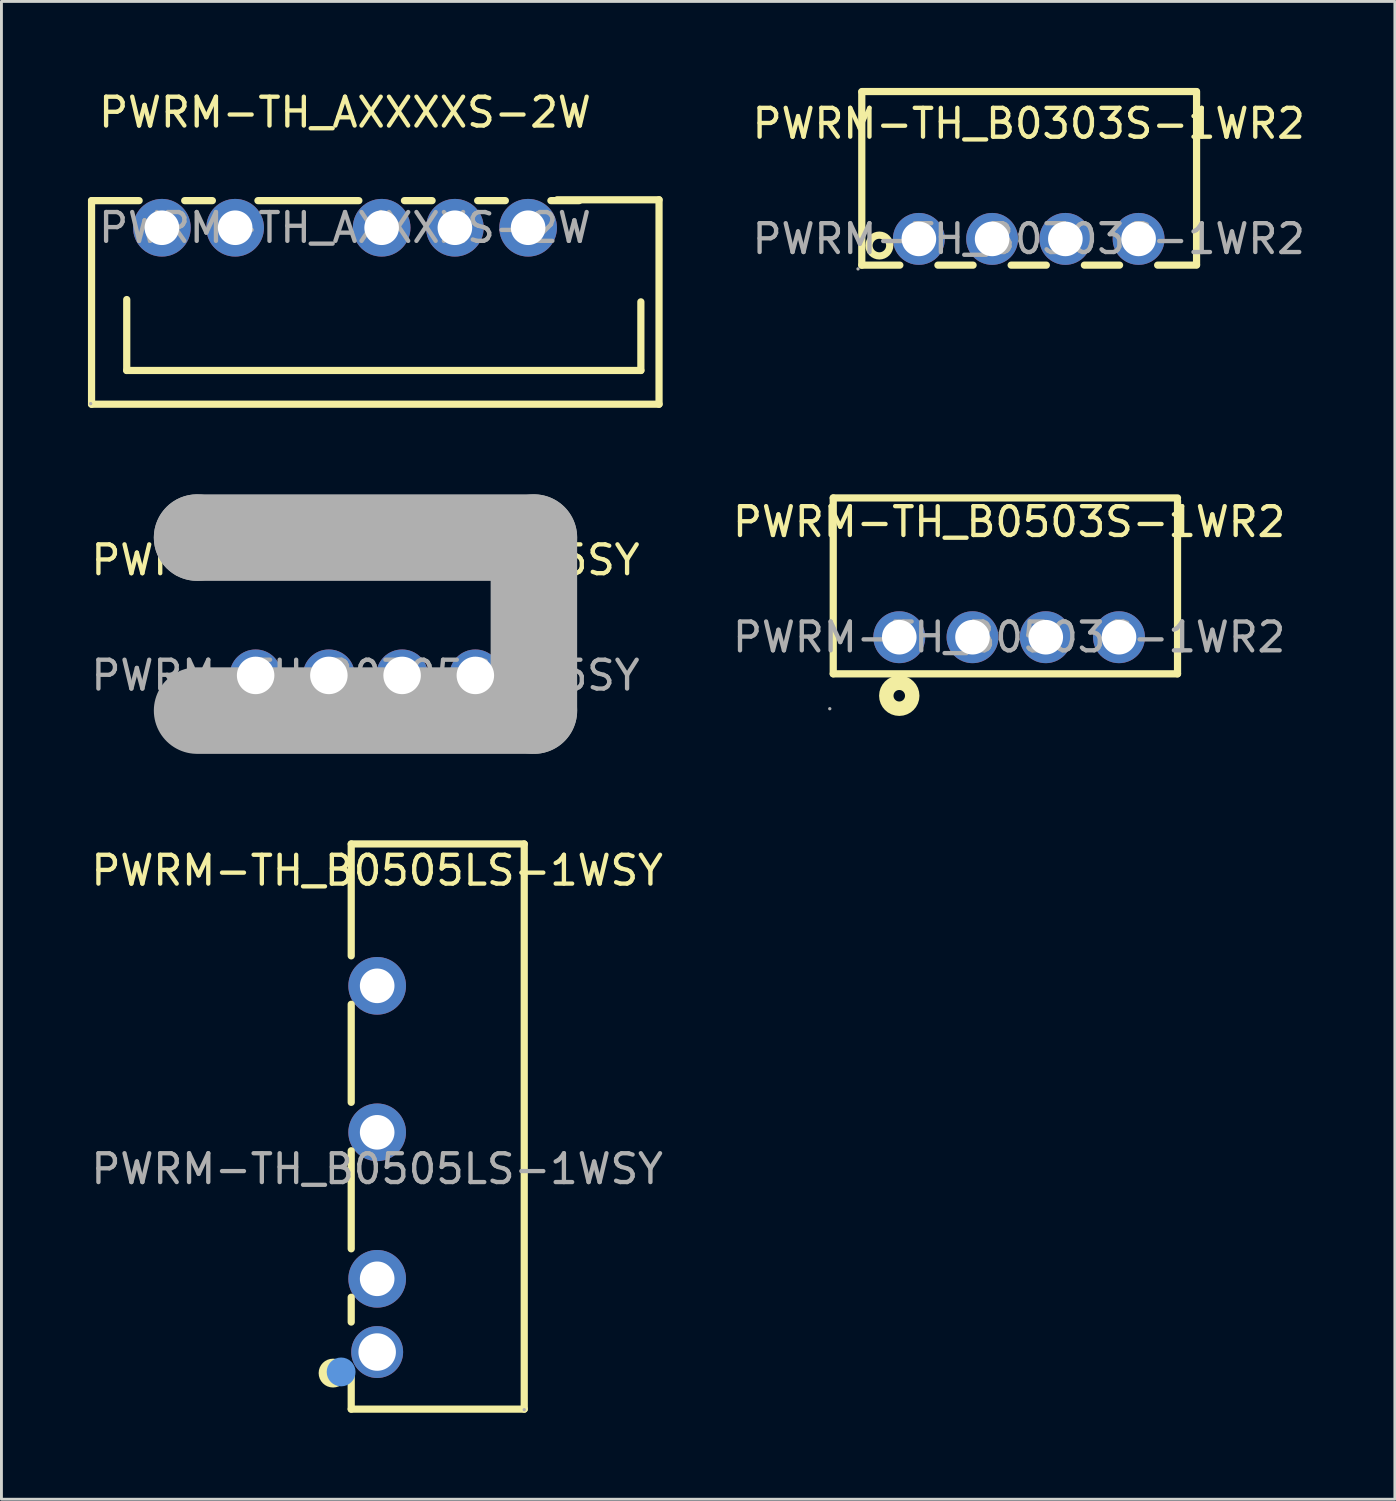
<source format=kicad_pcb>
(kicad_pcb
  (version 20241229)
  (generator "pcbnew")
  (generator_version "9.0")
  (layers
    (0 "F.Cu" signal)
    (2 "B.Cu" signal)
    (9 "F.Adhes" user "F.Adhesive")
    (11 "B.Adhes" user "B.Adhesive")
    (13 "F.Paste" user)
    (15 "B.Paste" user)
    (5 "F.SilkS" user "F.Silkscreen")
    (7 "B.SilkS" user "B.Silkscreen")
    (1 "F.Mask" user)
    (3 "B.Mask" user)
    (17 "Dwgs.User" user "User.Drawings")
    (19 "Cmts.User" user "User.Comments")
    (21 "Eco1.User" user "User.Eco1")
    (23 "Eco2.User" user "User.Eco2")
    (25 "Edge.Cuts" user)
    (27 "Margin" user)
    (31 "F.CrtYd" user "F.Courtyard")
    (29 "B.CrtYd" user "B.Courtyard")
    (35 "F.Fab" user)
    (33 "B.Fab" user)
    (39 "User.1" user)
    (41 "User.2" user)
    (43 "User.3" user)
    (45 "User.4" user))
  (footprint "PWRM-TH_B0305S-W5SY"
    (layer "F.Cu")
    (at 9.625 20.373)
    (property "Reference" "PWRM-TH_B0305S-W5SY" (at 0 -4 0) (layer "F.SilkS") (effects (font (size 1 1) (thickness 0.15))))
    (attr through_hole)
    (fp_line (start -5.84 -4.78) (end -5.84 -4.78) (stroke (width 3) (type solid)) (layer "F.Fab"))
    (fp_line (start -5.84 -4.78) (end 5.84 -4.78) (stroke (width 3) (type solid)) (layer "F.Fab"))
    (fp_line (start 5.84 -4.78) (end 5.84 1.22) (stroke (width 3) (type solid)) (layer "F.Fab"))
    (fp_line (start 5.84 1.22) (end -5.84 1.22) (stroke (width 3) (type solid)) (layer "F.Fab"))
    (fp_circle (center -5.97 1.35) (end -5.94 1.35) (stroke (width 0.06) (type solid)) (fill no) (layer "F.Fab"))
    (fp_circle (center -3.81 0) (end -3.53 0) (stroke (width 0.55) (type solid)) (fill no) (layer "F.Fab"))
    (fp_circle (center -1.27 0) (end -0.99 0) (stroke (width 0.55) (type solid)) (fill no) (layer "F.Fab"))
    (fp_circle (center 1.27 0) (end 1.55 0) (stroke (width 0.55) (type solid)) (fill no) (layer "F.Fab"))
    (fp_circle (center 3.81 0) (end 4.09 0) (stroke (width 0.55) (type solid)) (fill no) (layer "F.Fab"))
    (fp_text user "${REFERENCE}" (at 0 0 0) (layer "F.Fab") (effects (font (size 1 1) (thickness 0.15))))
    (pad "1" thru_hole circle (at -3.81 0) (size 1.8 1.8) (drill 1.3) (layers "*.Cu" "*.Paste" "*.Mask"))
    (pad "2" thru_hole circle (at -1.27 0) (size 1.8 1.8) (drill 1.3) (layers "*.Cu" "*.Paste" "*.Mask"))
    (pad "3" thru_hole circle (at 1.27 0) (size 1.8 1.8) (drill 1.3) (layers "*.Cu" "*.Paste" "*.Mask"))
    (pad "4" thru_hole circle (at 3.81 0) (size 1.8 1.8) (drill 1.3) (layers "*.Cu" "*.Paste" "*.Mask")))
  (footprint "PWRM-TH_B0503S-1WR2"
    (layer "F.Cu")
    (at 31.946 19.048)
    (property "Reference" "PWRM-TH_B0503S-1WR2" (at 0 -4 0) (layer "F.SilkS") (effects (font (size 1 1) (thickness 0.15))))
    (attr through_hole)
    (fp_line (start -6.1 -4.83) (end 5.84 -4.83) (stroke (width 0.25) (type solid)) (layer "F.SilkS"))
    (fp_line (start -6.1 1.27) (end -6.1 -4.83) (stroke (width 0.25) (type solid)) (layer "F.SilkS"))
    (fp_line (start -6.1 1.27) (end 5.84 1.27) (stroke (width 0.25) (type solid)) (layer "F.SilkS"))
    (fp_line (start 5.84 -4.73) (end 5.84 1.27) (stroke (width 0.25) (type solid)) (layer "F.SilkS"))
    (fp_circle (center -3.81 2.03) (end -3.61 2.03) (stroke (width 0.5) (type solid)) (fill no) (layer "F.SilkS"))
    (fp_circle (center -6.22 2.48) (end -6.19 2.48) (stroke (width 0.06) (type solid)) (fill no) (layer "F.Fab"))
    (fp_circle (center -3.81 0) (end -3.56 0) (stroke (width 0.5) (type solid)) (fill no) (layer "F.Fab"))
    (fp_circle (center -1.27 0) (end -1.02 0) (stroke (width 0.5) (type solid)) (fill no) (layer "F.Fab"))
    (fp_circle (center 1.27 0) (end 1.52 0) (stroke (width 0.5) (type solid)) (fill no) (layer "F.Fab"))
    (fp_circle (center 3.81 0) (end 4.06 0) (stroke (width 0.5) (type solid)) (fill no) (layer "F.Fab"))
    (fp_text user "${REFERENCE}" (at 0 0 0) (layer "F.Fab") (effects (font (size 1 1) (thickness 0.15))))
    (pad "1" thru_hole circle (at -3.81 0) (size 1.8 1.8) (drill 1.2) (layers "*.Cu" "*.Paste" "*.Mask"))
    (pad "2" thru_hole circle (at -1.27 0) (size 1.8 1.8) (drill 1.2) (layers "*.Cu" "*.Paste" "*.Mask"))
    (pad "3" thru_hole circle (at 1.27 0) (size 1.8 1.8) (drill 1.2) (layers "*.Cu" "*.Paste" "*.Mask"))
    (pad "4" thru_hole circle (at 3.81 0) (size 1.8 1.8) (drill 1.2) (layers "*.Cu" "*.Paste" "*.Mask")))
  (footprint "PWRM-TH_AXXXXS-2W"
    (layer "F.Cu")
    (at 8.915 4.848)
    (property "Reference" "PWRM-TH_AXXXXS-2W" (at 0 -4 0) (layer "F.SilkS") (effects (font (size 1 1) (thickness 0.15))))
    (attr through_hole)
    (fp_line (start -8.79 -0.94) (end -7.14 -0.94) (stroke (width 0.25) (type solid)) (layer "F.SilkS"))
    (fp_line (start -8.79 6.12) (end -8.79 -0.94) (stroke (width 0.25) (type solid)) (layer "F.SilkS"))
    (fp_line (start -7.57 2.49) (end -7.57 4.95) (stroke (width 0.25) (type solid)) (layer "F.SilkS"))
    (fp_line (start -7.57 4.95) (end 10.26 4.95) (stroke (width 0.25) (type solid)) (layer "F.SilkS"))
    (fp_line (start -5.56 -0.94) (end -4.6 -0.94) (stroke (width 0.25) (type solid)) (layer "F.SilkS"))
    (fp_line (start -3.02 -0.94) (end 0.48 -0.94) (stroke (width 0.25) (type solid)) (layer "F.SilkS"))
    (fp_line (start 2.06 -0.94) (end 3.02 -0.94) (stroke (width 0.25) (type solid)) (layer "F.SilkS"))
    (fp_line (start 4.6 -0.94) (end 5.56 -0.94) (stroke (width 0.25) (type solid)) (layer "F.SilkS"))
    (fp_line (start 7.14 -0.94) (end 8.12 -0.94) (stroke (width 0.25) (type solid)) (layer "F.SilkS"))
    (fp_line (start 7.36 -0.97) (end 10.89 -0.97) (stroke (width 0.25) (type solid)) (layer "F.SilkS"))
    (fp_line (start 10.26 4.95) (end 10.26 2.57) (stroke (width 0.25) (type solid)) (layer "F.SilkS"))
    (fp_line (start 10.89 -0.97) (end 10.89 6.12) (stroke (width 0.25) (type solid)) (layer "F.SilkS"))
    (fp_line (start 10.89 6.12) (end -8.79 6.12) (stroke (width 0.25) (type solid)) (layer "F.SilkS"))
    (fp_circle (center -8.82 6.1) (end -8.79 6.1) (stroke (width 0.06) (type solid)) (fill no) (layer "F.Fab"))
    (fp_circle (center -6.35 0) (end -6.1 0) (stroke (width 0.5) (type solid)) (fill no) (layer "F.Fab"))
    (fp_circle (center -3.81 0) (end -3.56 0) (stroke (width 0.5) (type solid)) (fill no) (layer "F.Fab"))
    (fp_circle (center 1.27 0) (end 1.52 0) (stroke (width 0.5) (type solid)) (fill no) (layer "F.Fab"))
    (fp_circle (center 3.81 0) (end 4.06 0) (stroke (width 0.5) (type solid)) (fill no) (layer "F.Fab"))
    (fp_circle (center 6.35 0) (end 6.6 0) (stroke (width 0.5) (type solid)) (fill no) (layer "F.Fab"))
    (fp_text user "${REFERENCE}" (at 0 0 0) (layer "F.Fab") (effects (font (size 1 1) (thickness 0.15))))
    (pad "1" thru_hole circle (at -6.35 0) (size 2 2) (drill 1.2) (layers "*.Cu" "*.Paste" "*.Mask"))
    (pad "2" thru_hole circle (at -3.81 0) (size 2 2) (drill 1.2) (layers "*.Cu" "*.Paste" "*.Mask"))
    (pad "4" thru_hole circle (at 1.27 0) (size 2 2) (drill 1.2) (layers "*.Cu" "*.Paste" "*.Mask"))
    (pad "5" thru_hole circle (at 3.81 0) (size 2 2) (drill 1.2) (layers "*.Cu" "*.Paste" "*.Mask"))
    (pad "6" thru_hole circle (at 6.35 0) (size 2 2) (drill 1.2) (layers "*.Cu" "*.Paste" "*.Mask")))
  (footprint "PWRM-TH_B0505LS-1WSY"
    (layer "F.Cu")
    (at 10.03 37.488)
    (property "Reference" "PWRM-TH_B0505LS-1WSY" (at 0 -10.35 0) (layer "F.SilkS") (effects (font (size 1 1) (thickness 0.15))))
    (attr through_hole)
    (fp_line (start -0.9 -11.27) (end 5.1 -11.27) (stroke (width 0.25) (type solid)) (layer "F.SilkS"))
    (fp_line (start -0.9 -7.39) (end -0.9 -11.27) (stroke (width 0.25) (type solid)) (layer "F.SilkS"))
    (fp_line (start -0.9 -2.31) (end -0.9 -5.71) (stroke (width 0.25) (type solid)) (layer "F.SilkS"))
    (fp_line (start -0.9 2.77) (end -0.9 -0.63) (stroke (width 0.25) (type solid)) (layer "F.SilkS"))
    (fp_line (start -0.9 5.31) (end -0.9 4.45) (stroke (width 0.25) (type solid)) (layer "F.SilkS"))
    (fp_line (start -0.9 8.33) (end -0.9 6.99) (stroke (width 0.25) (type solid)) (layer "F.SilkS"))
    (fp_line (start -0.9 8.33) (end 5.1 8.33) (stroke (width 0.25) (type solid)) (layer "F.SilkS"))
    (fp_line (start 5.1 8.33) (end 5.1 -11.27) (stroke (width 0.25) (type solid)) (layer "F.SilkS"))
    (fp_circle (center -1.53 7.08) (end -1.28 7.08) (stroke (width 0.5) (type solid)) (fill no) (layer "F.SilkS"))
    (fp_circle (center -1.25 7.04) (end -1 7.04) (stroke (width 0.5) (type solid)) (fill no) (layer "Cmts.User"))
    (fp_circle (center 0 -6.35) (end 0.25 -6.35) (stroke (width 0.5) (type solid)) (fill no) (layer "F.Fab"))
    (fp_circle (center 0 -1.27) (end 0.25 -1.27) (stroke (width 0.5) (type solid)) (fill no) (layer "F.Fab"))
    (fp_circle (center 0 3.81) (end 0.25 3.81) (stroke (width 0.5) (type solid)) (fill no) (layer "F.Fab"))
    (fp_circle (center 0 6.35) (end 0.25 6.35) (stroke (width 0.5) (type solid)) (fill no) (layer "F.Fab"))
    (fp_circle (center 5.1 8.35) (end 5.13 8.35) (stroke (width 0.06) (type solid)) (fill no) (layer "F.Fab"))
    (fp_text user "${REFERENCE}" (at 0 0 0) (layer "F.Fab") (effects (font (size 1 1) (thickness 0.15))))
    (pad "1" thru_hole circle (at 0 6.35 90) (size 1.8 1.8) (drill 1.3) (layers "*.Cu" "*.Paste" "*.Mask"))
    (pad "2" thru_hole circle (at 0 3.81 90) (size 2 2) (drill 1.2) (layers "*.Cu" "*.Paste" "*.Mask"))
    (pad "4" thru_hole circle (at 0 -1.27 90) (size 2 2) (drill 1.2) (layers "*.Cu" "*.Paste" "*.Mask"))
    (pad "6" thru_hole circle (at 0 -6.35 90) (size 2 2) (drill 1.2) (layers "*.Cu" "*.Paste" "*.Mask")))
  (footprint "PWRM-TH_B0303S-1WR2"
    (layer "F.Cu")
    (at 32.626 5.235)
    (property "Reference" "PWRM-TH_B0303S-1WR2" (at 0 -4 0) (layer "F.SilkS") (effects (font (size 1 1) (thickness 0.15))))
    (attr through_hole)
    (fp_line (start -5.79 -5.11) (end 5.81 -5.11) (stroke (width 0.25) (type solid)) (layer "F.SilkS"))
    (fp_line (start -5.79 -5.09) (end -5.79 0.91) (stroke (width 0.25) (type solid)) (layer "F.SilkS"))
    (fp_line (start -5.79 0.91) (end -4.47 0.91) (stroke (width 0.25) (type solid)) (layer "F.SilkS"))
    (fp_line (start -3.15 0.91) (end -1.93 0.91) (stroke (width 0.25) (type solid)) (layer "F.SilkS"))
    (fp_line (start -0.61 0.91) (end 0.61 0.91) (stroke (width 0.25) (type solid)) (layer "F.SilkS"))
    (fp_line (start 1.93 0.91) (end 3.15 0.91) (stroke (width 0.25) (type solid)) (layer "F.SilkS"))
    (fp_line (start 4.47 0.91) (end 5.82 0.91) (stroke (width 0.25) (type solid)) (layer "F.SilkS"))
    (fp_line (start 5.82 -5.11) (end 5.82 0.89) (stroke (width 0.25) (type solid)) (layer "F.SilkS"))
    (fp_circle (center -5.18 0.23) (end -4.82 0.23) (stroke (width 0.25) (type solid)) (fill no) (layer "F.SilkS"))
    (fp_circle (center -5.92 1.04) (end -5.89 1.04) (stroke (width 0.06) (type solid)) (fill no) (layer "F.Fab"))
    (fp_circle (center -3.81 0) (end -3.56 0) (stroke (width 0.5) (type solid)) (fill no) (layer "F.Fab"))
    (fp_circle (center -1.27 0) (end -1.02 0) (stroke (width 0.5) (type solid)) (fill no) (layer "F.Fab"))
    (fp_circle (center 1.27 0) (end 1.52 0) (stroke (width 0.5) (type solid)) (fill no) (layer "F.Fab"))
    (fp_circle (center 3.81 0) (end 4.06 0) (stroke (width 0.5) (type solid)) (fill no) (layer "F.Fab"))
    (fp_text user "${REFERENCE}" (at 0 0 0) (layer "F.Fab") (effects (font (size 1 1) (thickness 0.15))))
    (pad "1" thru_hole circle (at -3.81 0) (size 1.8 1.8) (drill 1.2) (layers "*.Cu" "*.Paste" "*.Mask"))
    (pad "2" thru_hole circle (at -1.27 0) (size 1.8 1.8) (drill 1.2) (layers "*.Cu" "*.Paste" "*.Mask"))
    (pad "3" thru_hole circle (at 1.27 0) (size 1.8 1.8) (drill 1.2) (layers "*.Cu" "*.Paste" "*.Mask"))
    (pad "4" thru_hole circle (at 3.81 0) (size 1.8 1.8) (drill 1.2) (layers "*.Cu" "*.Paste" "*.Mask")))
  (gr_rect
    (start -3 -3)
    (end 45.323 48.943)
    (stroke (width 0.1) (type default))
    (fill no)
    (layer "Edge.Cuts")))
</source>
